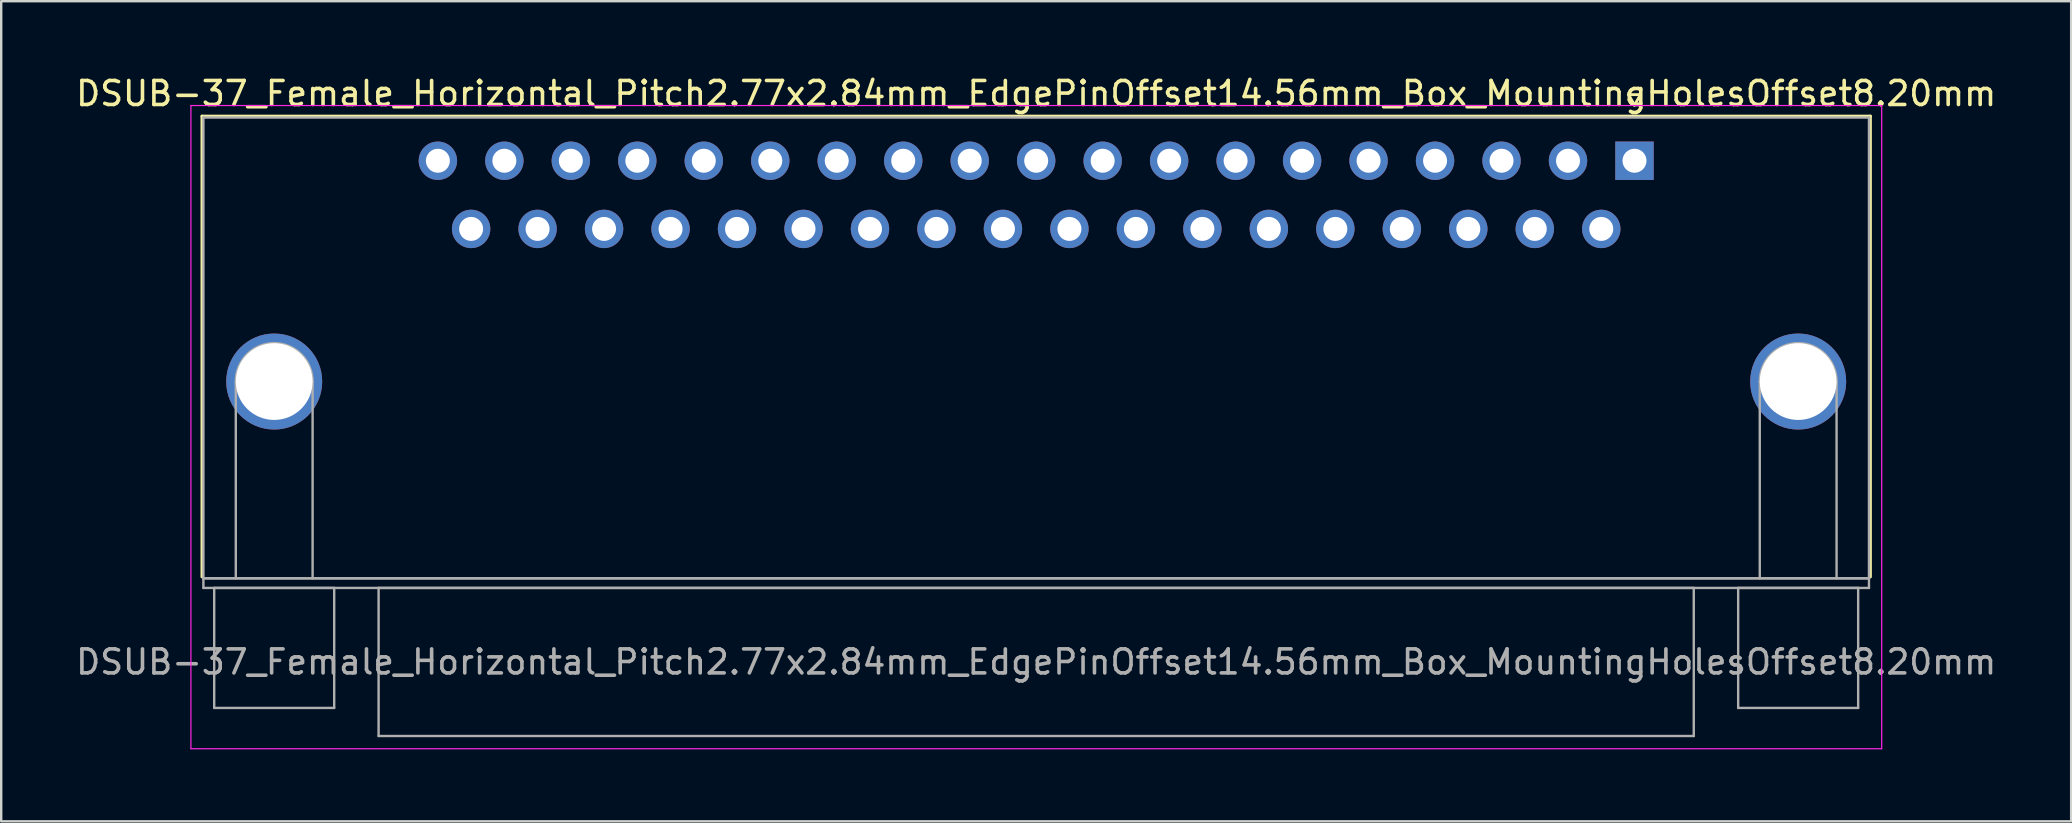
<source format=kicad_pcb>
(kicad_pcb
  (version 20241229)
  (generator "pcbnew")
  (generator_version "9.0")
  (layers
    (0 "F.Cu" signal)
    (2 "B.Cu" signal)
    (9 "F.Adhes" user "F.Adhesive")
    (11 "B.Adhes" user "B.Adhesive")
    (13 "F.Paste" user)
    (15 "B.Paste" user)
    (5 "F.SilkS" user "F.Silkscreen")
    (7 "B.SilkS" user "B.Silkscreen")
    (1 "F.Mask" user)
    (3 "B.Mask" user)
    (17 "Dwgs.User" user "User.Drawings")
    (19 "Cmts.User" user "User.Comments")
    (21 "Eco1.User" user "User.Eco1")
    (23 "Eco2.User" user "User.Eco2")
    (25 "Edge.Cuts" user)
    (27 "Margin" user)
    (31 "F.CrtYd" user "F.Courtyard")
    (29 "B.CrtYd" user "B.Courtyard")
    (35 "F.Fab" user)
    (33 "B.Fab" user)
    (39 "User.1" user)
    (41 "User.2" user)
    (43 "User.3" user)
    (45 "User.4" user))
  (footprint "DSUB-37_Female_Horizontal_Pitch2.77x2.84mm_EdgePinOffset14.56mm_Box_MountingHolesOffset8.20mm"
    (layer "F.Cu")
    (at 65.055 3.648)
    (property "Reference" "DSUB-37_Female_Horizontal_Pitch2.77x2.84mm_EdgePinOffset14.56mm_Box_MountingHolesOffset8.20mm" (at -24.93 -2.8 0) (layer "F.SilkS") (effects (font (size 1 1) (thickness 0.15))))
    (attr through_hole)
    (fp_line (start -59.69 -1.86) (end 9.83 -1.86) (stroke (width 0.12) (type solid)) (layer "F.SilkS"))
    (fp_line (start -59.69 17.34) (end -59.69 -1.86) (stroke (width 0.12) (type solid)) (layer "F.SilkS"))
    (fp_line (start -0.25 -2.754) (end 0.25 -2.754) (stroke (width 0.12) (type solid)) (layer "F.SilkS"))
    (fp_line (start 0 -2.321) (end -0.25 -2.754) (stroke (width 0.12) (type solid)) (layer "F.SilkS"))
    (fp_line (start 0.25 -2.754) (end 0 -2.321) (stroke (width 0.12) (type solid)) (layer "F.SilkS"))
    (fp_line (start 9.83 -1.86) (end 9.83 17.34) (stroke (width 0.12) (type solid)) (layer "F.SilkS"))
    (fp_line (start -60.15 -2.3) (end -60.15 24.5) (stroke (width 0.05) (type solid)) (layer "F.CrtYd"))
    (fp_line (start -60.15 24.5) (end 10.3 24.5) (stroke (width 0.05) (type solid)) (layer "F.CrtYd"))
    (fp_line (start 10.3 -2.3) (end -60.15 -2.3) (stroke (width 0.05) (type solid)) (layer "F.CrtYd"))
    (fp_line (start 10.3 24.5) (end 10.3 -2.3) (stroke (width 0.05) (type solid)) (layer "F.CrtYd"))
    (fp_line (start -59.63 -1.8) (end -59.63 17.4) (stroke (width 0.1) (type solid)) (layer "F.Fab"))
    (fp_line (start -59.63 17.4) (end -59.63 17.8) (stroke (width 0.1) (type solid)) (layer "F.Fab"))
    (fp_line (start -59.63 17.4) (end 9.77 17.4) (stroke (width 0.1) (type solid)) (layer "F.Fab"))
    (fp_line (start -59.63 17.8) (end 9.77 17.8) (stroke (width 0.1) (type solid)) (layer "F.Fab"))
    (fp_line (start -59.18 17.8) (end -59.18 22.8) (stroke (width 0.1) (type solid)) (layer "F.Fab"))
    (fp_line (start -59.18 22.8) (end -54.18 22.8) (stroke (width 0.1) (type solid)) (layer "F.Fab"))
    (fp_line (start -58.28 17.4) (end -58.28 9.2) (stroke (width 0.1) (type solid)) (layer "F.Fab"))
    (fp_line (start -55.08 17.4) (end -55.08 9.2) (stroke (width 0.1) (type solid)) (layer "F.Fab"))
    (fp_line (start -54.18 17.8) (end -59.18 17.8) (stroke (width 0.1) (type solid)) (layer "F.Fab"))
    (fp_line (start -54.18 22.8) (end -54.18 17.8) (stroke (width 0.1) (type solid)) (layer "F.Fab"))
    (fp_line (start -52.33 17.8) (end -52.33 23.97) (stroke (width 0.1) (type solid)) (layer "F.Fab"))
    (fp_line (start -52.33 23.97) (end 2.47 23.97) (stroke (width 0.1) (type solid)) (layer "F.Fab"))
    (fp_line (start 2.47 17.8) (end -52.33 17.8) (stroke (width 0.1) (type solid)) (layer "F.Fab"))
    (fp_line (start 2.47 23.97) (end 2.47 17.8) (stroke (width 0.1) (type solid)) (layer "F.Fab"))
    (fp_line (start 4.32 17.8) (end 4.32 22.8) (stroke (width 0.1) (type solid)) (layer "F.Fab"))
    (fp_line (start 4.32 22.8) (end 9.32 22.8) (stroke (width 0.1) (type solid)) (layer "F.Fab"))
    (fp_line (start 5.22 17.4) (end 5.22 9.2) (stroke (width 0.1) (type solid)) (layer "F.Fab"))
    (fp_line (start 8.42 17.4) (end 8.42 9.2) (stroke (width 0.1) (type solid)) (layer "F.Fab"))
    (fp_line (start 9.32 17.8) (end 4.32 17.8) (stroke (width 0.1) (type solid)) (layer "F.Fab"))
    (fp_line (start 9.32 22.8) (end 9.32 17.8) (stroke (width 0.1) (type solid)) (layer "F.Fab"))
    (fp_line (start 9.77 -1.8) (end -59.63 -1.8) (stroke (width 0.1) (type solid)) (layer "F.Fab"))
    (fp_line (start 9.77 17.4) (end -59.63 17.4) (stroke (width 0.1) (type solid)) (layer "F.Fab"))
    (fp_line (start 9.77 17.4) (end 9.77 -1.8) (stroke (width 0.1) (type solid)) (layer "F.Fab"))
    (fp_line (start 9.77 17.8) (end 9.77 17.4) (stroke (width 0.1) (type solid)) (layer "F.Fab"))
    (fp_arc (start -58.28 9.2) (mid -56.68 7.6) (end -55.08 9.2) (stroke (width 0.1) (type solid)) (layer "F.Fab"))
    (fp_arc (start 5.22 9.2) (mid 6.82 7.6) (end 8.42 9.2) (stroke (width 0.1) (type solid)) (layer "F.Fab"))
    (fp_text user "${REFERENCE}" (at -24.93 20.885 0) (layer "F.Fab") (effects (font (size 1 1) (thickness 0.15))))
    (pad "0" thru_hole circle (at -56.68 9.2) (size 4 4) (drill 3.2) (layers "*.Cu" "*.Mask"))
    (pad "0" thru_hole circle (at 6.82 9.2) (size 4 4) (drill 3.2) (layers "*.Cu" "*.Mask"))
    (pad "1" thru_hole rect (at 0 0) (size 1.6 1.6) (drill 1) (layers "*.Cu" "*.Mask"))
    (pad "2" thru_hole circle (at -2.77 0) (size 1.6 1.6) (drill 1) (layers "*.Cu" "*.Mask"))
    (pad "3" thru_hole circle (at -5.54 0) (size 1.6 1.6) (drill 1) (layers "*.Cu" "*.Mask"))
    (pad "4" thru_hole circle (at -8.31 0) (size 1.6 1.6) (drill 1) (layers "*.Cu" "*.Mask"))
    (pad "5" thru_hole circle (at -11.08 0) (size 1.6 1.6) (drill 1) (layers "*.Cu" "*.Mask"))
    (pad "6" thru_hole circle (at -13.85 0) (size 1.6 1.6) (drill 1) (layers "*.Cu" "*.Mask"))
    (pad "7" thru_hole circle (at -16.62 0) (size 1.6 1.6) (drill 1) (layers "*.Cu" "*.Mask"))
    (pad "8" thru_hole circle (at -19.39 0) (size 1.6 1.6) (drill 1) (layers "*.Cu" "*.Mask"))
    (pad "9" thru_hole circle (at -22.16 0) (size 1.6 1.6) (drill 1) (layers "*.Cu" "*.Mask"))
    (pad "10" thru_hole circle (at -24.93 0) (size 1.6 1.6) (drill 1) (layers "*.Cu" "*.Mask"))
    (pad "11" thru_hole circle (at -27.7 0) (size 1.6 1.6) (drill 1) (layers "*.Cu" "*.Mask"))
    (pad "12" thru_hole circle (at -30.47 0) (size 1.6 1.6) (drill 1) (layers "*.Cu" "*.Mask"))
    (pad "13" thru_hole circle (at -33.24 0) (size 1.6 1.6) (drill 1) (layers "*.Cu" "*.Mask"))
    (pad "14" thru_hole circle (at -36.01 0) (size 1.6 1.6) (drill 1) (layers "*.Cu" "*.Mask"))
    (pad "15" thru_hole circle (at -38.78 0) (size 1.6 1.6) (drill 1) (layers "*.Cu" "*.Mask"))
    (pad "16" thru_hole circle (at -41.55 0) (size 1.6 1.6) (drill 1) (layers "*.Cu" "*.Mask"))
    (pad "17" thru_hole circle (at -44.32 0) (size 1.6 1.6) (drill 1) (layers "*.Cu" "*.Mask"))
    (pad "18" thru_hole circle (at -47.09 0) (size 1.6 1.6) (drill 1) (layers "*.Cu" "*.Mask"))
    (pad "19" thru_hole circle (at -49.86 0) (size 1.6 1.6) (drill 1) (layers "*.Cu" "*.Mask"))
    (pad "20" thru_hole circle (at -1.385 2.84) (size 1.6 1.6) (drill 1) (layers "*.Cu" "*.Mask"))
    (pad "21" thru_hole circle (at -4.155 2.84) (size 1.6 1.6) (drill 1) (layers "*.Cu" "*.Mask"))
    (pad "22" thru_hole circle (at -6.925 2.84) (size 1.6 1.6) (drill 1) (layers "*.Cu" "*.Mask"))
    (pad "23" thru_hole circle (at -9.695 2.84) (size 1.6 1.6) (drill 1) (layers "*.Cu" "*.Mask"))
    (pad "24" thru_hole circle (at -12.465 2.84) (size 1.6 1.6) (drill 1) (layers "*.Cu" "*.Mask"))
    (pad "25" thru_hole circle (at -15.235 2.84) (size 1.6 1.6) (drill 1) (layers "*.Cu" "*.Mask"))
    (pad "26" thru_hole circle (at -18.005 2.84) (size 1.6 1.6) (drill 1) (layers "*.Cu" "*.Mask"))
    (pad "27" thru_hole circle (at -20.775 2.84) (size 1.6 1.6) (drill 1) (layers "*.Cu" "*.Mask"))
    (pad "28" thru_hole circle (at -23.545 2.84) (size 1.6 1.6) (drill 1) (layers "*.Cu" "*.Mask"))
    (pad "29" thru_hole circle (at -26.315 2.84) (size 1.6 1.6) (drill 1) (layers "*.Cu" "*.Mask"))
    (pad "30" thru_hole circle (at -29.085 2.84) (size 1.6 1.6) (drill 1) (layers "*.Cu" "*.Mask"))
    (pad "31" thru_hole circle (at -31.855 2.84) (size 1.6 1.6) (drill 1) (layers "*.Cu" "*.Mask"))
    (pad "32" thru_hole circle (at -34.625 2.84) (size 1.6 1.6) (drill 1) (layers "*.Cu" "*.Mask"))
    (pad "33" thru_hole circle (at -37.395 2.84) (size 1.6 1.6) (drill 1) (layers "*.Cu" "*.Mask"))
    (pad "34" thru_hole circle (at -40.165 2.84) (size 1.6 1.6) (drill 1) (layers "*.Cu" "*.Mask"))
    (pad "35" thru_hole circle (at -42.935 2.84) (size 1.6 1.6) (drill 1) (layers "*.Cu" "*.Mask"))
    (pad "36" thru_hole circle (at -45.705 2.84) (size 1.6 1.6) (drill 1) (layers "*.Cu" "*.Mask"))
    (pad "37" thru_hole circle (at -48.475 2.84) (size 1.6 1.6) (drill 1) (layers "*.Cu" "*.Mask")))
  (gr_rect
    (start -3 -3)
    (end 83.25 31.173)
    (stroke (width 0.1) (type default))
    (fill no)
    (layer "Edge.Cuts")))
</source>
